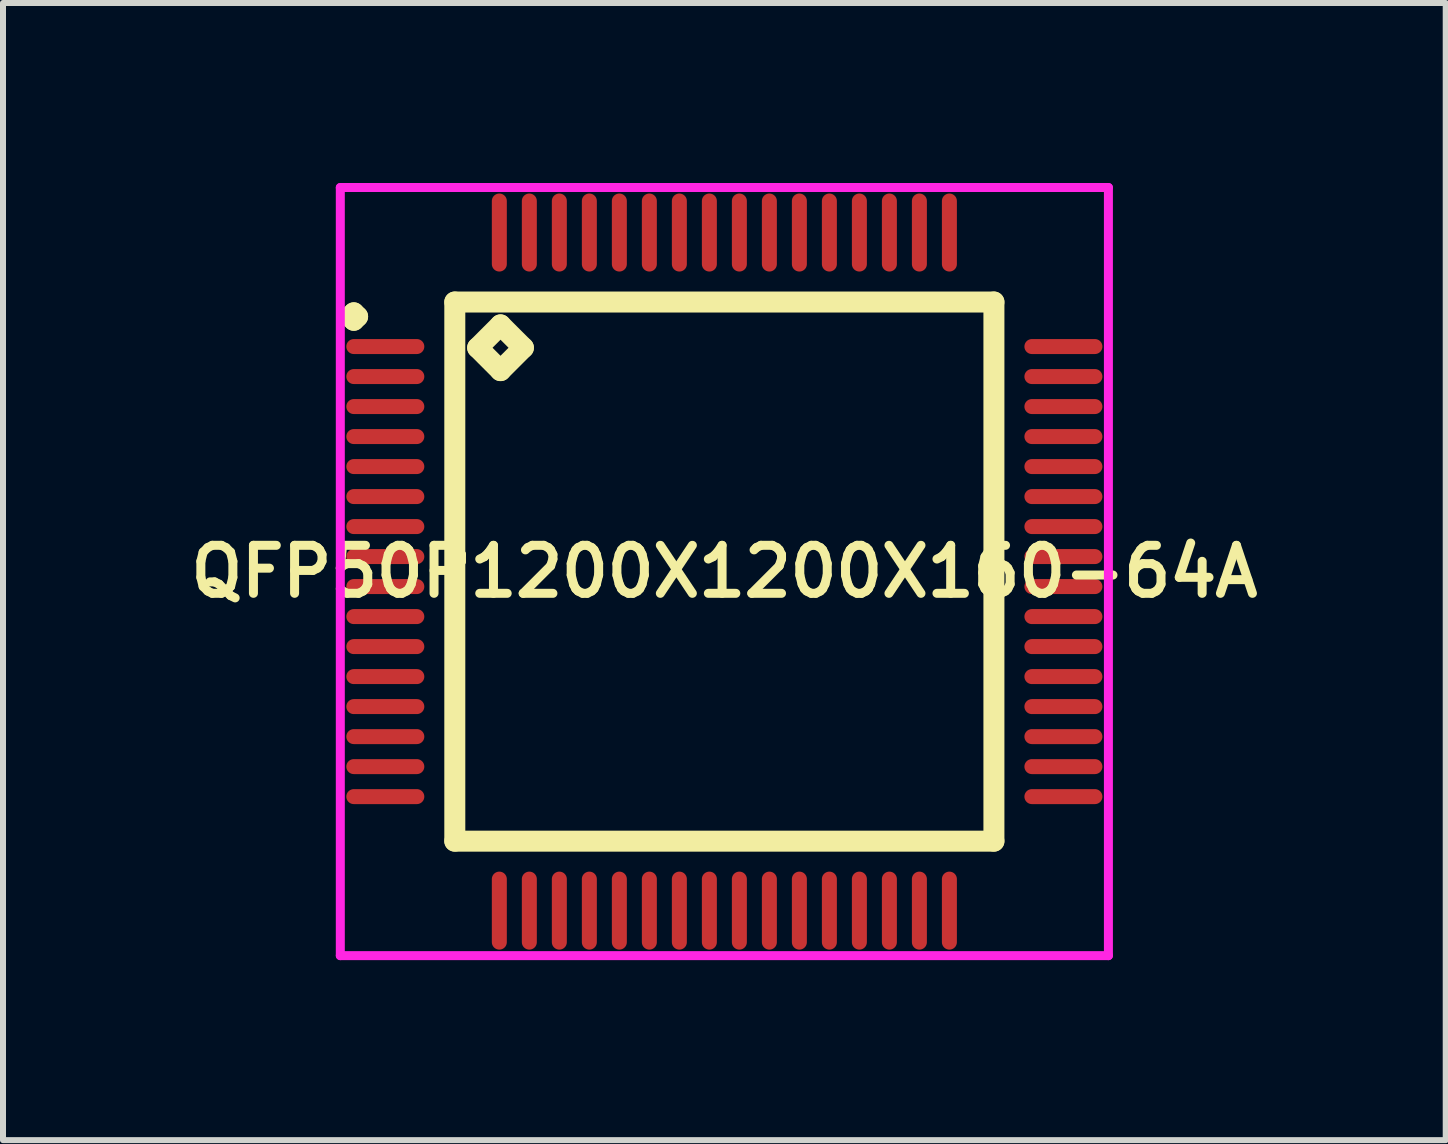
<source format=kicad_pcb>
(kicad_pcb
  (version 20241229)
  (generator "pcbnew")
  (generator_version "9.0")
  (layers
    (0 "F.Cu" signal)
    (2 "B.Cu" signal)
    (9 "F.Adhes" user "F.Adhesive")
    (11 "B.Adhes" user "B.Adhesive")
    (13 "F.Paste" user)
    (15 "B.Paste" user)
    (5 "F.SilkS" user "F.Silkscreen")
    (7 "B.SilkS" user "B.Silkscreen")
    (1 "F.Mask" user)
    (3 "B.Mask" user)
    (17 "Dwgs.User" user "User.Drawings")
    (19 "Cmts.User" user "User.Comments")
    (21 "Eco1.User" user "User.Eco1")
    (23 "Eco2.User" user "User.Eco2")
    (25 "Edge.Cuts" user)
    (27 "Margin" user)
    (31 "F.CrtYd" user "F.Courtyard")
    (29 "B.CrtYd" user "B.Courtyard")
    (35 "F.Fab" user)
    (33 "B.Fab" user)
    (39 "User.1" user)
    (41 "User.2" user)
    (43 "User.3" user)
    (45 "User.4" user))
  (footprint "QFP50P1200X1200X160-64A"
    (layer "F.Cu")
    (at 9.021 6.475)
    (property "Reference" "QFP50P1200X1200X160-64A" (at 0 0 0) (layer "F.SilkS") (effects (font (size 0.8 0.8) (thickness 0.15))))
    (attr smd)
    (fp_line (start -6.237 -4.25) (end -6.175 -4.312) (stroke (width 0.35) (type solid)) (layer "F.SilkS"))
    (fp_line (start -6.175 -4.312) (end -6.112 -4.25) (stroke (width 0.35) (type solid)) (layer "F.SilkS"))
    (fp_line (start -6.175 -4.188) (end -6.237 -4.25) (stroke (width 0.35) (type solid)) (layer "F.SilkS"))
    (fp_line (start -6.112 -4.25) (end -6.175 -4.188) (stroke (width 0.35) (type solid)) (layer "F.SilkS"))
    (fp_line (start -4.492 -4.492) (end -4.492 4.492) (stroke (width 0.35) (type solid)) (layer "F.SilkS"))
    (fp_line (start -4.492 4.492) (end 4.492 4.492) (stroke (width 0.35) (type solid)) (layer "F.SilkS"))
    (fp_line (start -4.111 -3.73) (end -3.73 -4.111) (stroke (width 0.35) (type solid)) (layer "F.SilkS"))
    (fp_line (start -3.73 -4.111) (end -3.349 -3.73) (stroke (width 0.35) (type solid)) (layer "F.SilkS"))
    (fp_line (start -3.73 -3.349) (end -4.111 -3.73) (stroke (width 0.35) (type solid)) (layer "F.SilkS"))
    (fp_line (start -3.349 -3.73) (end -3.73 -3.349) (stroke (width 0.35) (type solid)) (layer "F.SilkS"))
    (fp_line (start 4.492 -4.492) (end -4.492 -4.492) (stroke (width 0.35) (type solid)) (layer "F.SilkS"))
    (fp_line (start 4.492 4.492) (end 4.492 -4.492) (stroke (width 0.35) (type solid)) (layer "F.SilkS"))
    (fp_line (start -6.4 -6.4) (end 6.4 -6.4) (stroke (width 0.15) (type solid)) (layer "F.CrtYd"))
    (fp_line (start -6.4 6.4) (end -6.4 -6.4) (stroke (width 0.15) (type solid)) (layer "F.CrtYd"))
    (fp_line (start 6.4 -6.4) (end 6.4 6.4) (stroke (width 0.15) (type solid)) (layer "F.CrtYd"))
    (fp_line (start 6.4 6.4) (end -6.4 6.4) (stroke (width 0.15) (type solid)) (layer "F.CrtYd"))
    (pad "1" smd oval (at -5.65 -3.75) (size 1.3 0.25) (layers "F.Cu" "F.Mask" "F.Paste"))
    (pad "2" smd oval (at -5.65 -3.25) (size 1.3 0.25) (layers "F.Cu" "F.Mask" "F.Paste"))
    (pad "3" smd oval (at -5.65 -2.75) (size 1.3 0.25) (layers "F.Cu" "F.Mask" "F.Paste"))
    (pad "4" smd oval (at -5.65 -2.25) (size 1.3 0.25) (layers "F.Cu" "F.Mask" "F.Paste"))
    (pad "5" smd oval (at -5.65 -1.75) (size 1.3 0.25) (layers "F.Cu" "F.Mask" "F.Paste"))
    (pad "6" smd oval (at -5.65 -1.25) (size 1.3 0.25) (layers "F.Cu" "F.Mask" "F.Paste"))
    (pad "7" smd oval (at -5.65 -0.75) (size 1.3 0.25) (layers "F.Cu" "F.Mask" "F.Paste"))
    (pad "8" smd oval (at -5.65 -0.25) (size 1.3 0.25) (layers "F.Cu" "F.Mask" "F.Paste"))
    (pad "9" smd oval (at -5.65 0.25) (size 1.3 0.25) (layers "F.Cu" "F.Mask" "F.Paste"))
    (pad "10" smd oval (at -5.65 0.75) (size 1.3 0.25) (layers "F.Cu" "F.Mask" "F.Paste"))
    (pad "11" smd oval (at -5.65 1.25) (size 1.3 0.25) (layers "F.Cu" "F.Mask" "F.Paste"))
    (pad "12" smd oval (at -5.65 1.75) (size 1.3 0.25) (layers "F.Cu" "F.Mask" "F.Paste"))
    (pad "13" smd oval (at -5.65 2.25) (size 1.3 0.25) (layers "F.Cu" "F.Mask" "F.Paste"))
    (pad "14" smd oval (at -5.65 2.75) (size 1.3 0.25) (layers "F.Cu" "F.Mask" "F.Paste"))
    (pad "15" smd oval (at -5.65 3.25) (size 1.3 0.25) (layers "F.Cu" "F.Mask" "F.Paste"))
    (pad "16" smd oval (at -5.65 3.75) (size 1.3 0.25) (layers "F.Cu" "F.Mask" "F.Paste"))
    (pad "17" smd oval (at -3.75 5.65) (size 0.25 1.3) (layers "F.Cu" "F.Mask" "F.Paste"))
    (pad "18" smd oval (at -3.25 5.65) (size 0.25 1.3) (layers "F.Cu" "F.Mask" "F.Paste"))
    (pad "19" smd oval (at -2.75 5.65) (size 0.25 1.3) (layers "F.Cu" "F.Mask" "F.Paste"))
    (pad "20" smd oval (at -2.25 5.65) (size 0.25 1.3) (layers "F.Cu" "F.Mask" "F.Paste"))
    (pad "21" smd oval (at -1.75 5.65) (size 0.25 1.3) (layers "F.Cu" "F.Mask" "F.Paste"))
    (pad "22" smd oval (at -1.25 5.65) (size 0.25 1.3) (layers "F.Cu" "F.Mask" "F.Paste"))
    (pad "23" smd oval (at -0.75 5.65) (size 0.25 1.3) (layers "F.Cu" "F.Mask" "F.Paste"))
    (pad "24" smd oval (at -0.25 5.65) (size 0.25 1.3) (layers "F.Cu" "F.Mask" "F.Paste"))
    (pad "25" smd oval (at 0.25 5.65) (size 0.25 1.3) (layers "F.Cu" "F.Mask" "F.Paste"))
    (pad "26" smd oval (at 0.75 5.65) (size 0.25 1.3) (layers "F.Cu" "F.Mask" "F.Paste"))
    (pad "27" smd oval (at 1.25 5.65) (size 0.25 1.3) (layers "F.Cu" "F.Mask" "F.Paste"))
    (pad "28" smd oval (at 1.75 5.65) (size 0.25 1.3) (layers "F.Cu" "F.Mask" "F.Paste"))
    (pad "29" smd oval (at 2.25 5.65) (size 0.25 1.3) (layers "F.Cu" "F.Mask" "F.Paste"))
    (pad "30" smd oval (at 2.75 5.65) (size 0.25 1.3) (layers "F.Cu" "F.Mask" "F.Paste"))
    (pad "31" smd oval (at 3.25 5.65) (size 0.25 1.3) (layers "F.Cu" "F.Mask" "F.Paste"))
    (pad "32" smd oval (at 3.75 5.65) (size 0.25 1.3) (layers "F.Cu" "F.Mask" "F.Paste"))
    (pad "33" smd oval (at 5.65 3.75) (size 1.3 0.25) (layers "F.Cu" "F.Mask" "F.Paste"))
    (pad "34" smd oval (at 5.65 3.25) (size 1.3 0.25) (layers "F.Cu" "F.Mask" "F.Paste"))
    (pad "35" smd oval (at 5.65 2.75) (size 1.3 0.25) (layers "F.Cu" "F.Mask" "F.Paste"))
    (pad "36" smd oval (at 5.65 2.25) (size 1.3 0.25) (layers "F.Cu" "F.Mask" "F.Paste"))
    (pad "37" smd oval (at 5.65 1.75) (size 1.3 0.25) (layers "F.Cu" "F.Mask" "F.Paste"))
    (pad "38" smd oval (at 5.65 1.25) (size 1.3 0.25) (layers "F.Cu" "F.Mask" "F.Paste"))
    (pad "39" smd oval (at 5.65 0.75) (size 1.3 0.25) (layers "F.Cu" "F.Mask" "F.Paste"))
    (pad "40" smd oval (at 5.65 0.25) (size 1.3 0.25) (layers "F.Cu" "F.Mask" "F.Paste"))
    (pad "41" smd oval (at 5.65 -0.25) (size 1.3 0.25) (layers "F.Cu" "F.Mask" "F.Paste"))
    (pad "42" smd oval (at 5.65 -0.75) (size 1.3 0.25) (layers "F.Cu" "F.Mask" "F.Paste"))
    (pad "43" smd oval (at 5.65 -1.25) (size 1.3 0.25) (layers "F.Cu" "F.Mask" "F.Paste"))
    (pad "44" smd oval (at 5.65 -1.75) (size 1.3 0.25) (layers "F.Cu" "F.Mask" "F.Paste"))
    (pad "45" smd oval (at 5.65 -2.25) (size 1.3 0.25) (layers "F.Cu" "F.Mask" "F.Paste"))
    (pad "46" smd oval (at 5.65 -2.75) (size 1.3 0.25) (layers "F.Cu" "F.Mask" "F.Paste"))
    (pad "47" smd oval (at 5.65 -3.25) (size 1.3 0.25) (layers "F.Cu" "F.Mask" "F.Paste"))
    (pad "48" smd oval (at 5.65 -3.75) (size 1.3 0.25) (layers "F.Cu" "F.Mask" "F.Paste"))
    (pad "49" smd oval (at 3.75 -5.65) (size 0.25 1.3) (layers "F.Cu" "F.Mask" "F.Paste"))
    (pad "50" smd oval (at 3.25 -5.65) (size 0.25 1.3) (layers "F.Cu" "F.Mask" "F.Paste"))
    (pad "51" smd oval (at 2.75 -5.65) (size 0.25 1.3) (layers "F.Cu" "F.Mask" "F.Paste"))
    (pad "52" smd oval (at 2.25 -5.65) (size 0.25 1.3) (layers "F.Cu" "F.Mask" "F.Paste"))
    (pad "53" smd oval (at 1.75 -5.65) (size 0.25 1.3) (layers "F.Cu" "F.Mask" "F.Paste"))
    (pad "54" smd oval (at 1.25 -5.65) (size 0.25 1.3) (layers "F.Cu" "F.Mask" "F.Paste"))
    (pad "55" smd oval (at 0.75 -5.65) (size 0.25 1.3) (layers "F.Cu" "F.Mask" "F.Paste"))
    (pad "56" smd oval (at 0.25 -5.65) (size 0.25 1.3) (layers "F.Cu" "F.Mask" "F.Paste"))
    (pad "57" smd oval (at -0.25 -5.65) (size 0.25 1.3) (layers "F.Cu" "F.Mask" "F.Paste"))
    (pad "58" smd oval (at -0.75 -5.65) (size 0.25 1.3) (layers "F.Cu" "F.Mask" "F.Paste"))
    (pad "59" smd oval (at -1.25 -5.65) (size 0.25 1.3) (layers "F.Cu" "F.Mask" "F.Paste"))
    (pad "60" smd oval (at -1.75 -5.65) (size 0.25 1.3) (layers "F.Cu" "F.Mask" "F.Paste"))
    (pad "61" smd oval (at -2.25 -5.65) (size 0.25 1.3) (layers "F.Cu" "F.Mask" "F.Paste"))
    (pad "62" smd oval (at -2.75 -5.65) (size 0.25 1.3) (layers "F.Cu" "F.Mask" "F.Paste"))
    (pad "63" smd oval (at -3.25 -5.65) (size 0.25 1.3) (layers "F.Cu" "F.Mask" "F.Paste"))
    (pad "64" smd oval (at -3.75 -5.65) (size 0.25 1.3) (layers "F.Cu" "F.Mask" "F.Paste")))
  (gr_rect
    (start -3 -3)
    (end 21.042 15.95)
    (stroke (width 0.1) (type default))
    (fill no)
    (layer "Edge.Cuts")))
</source>
